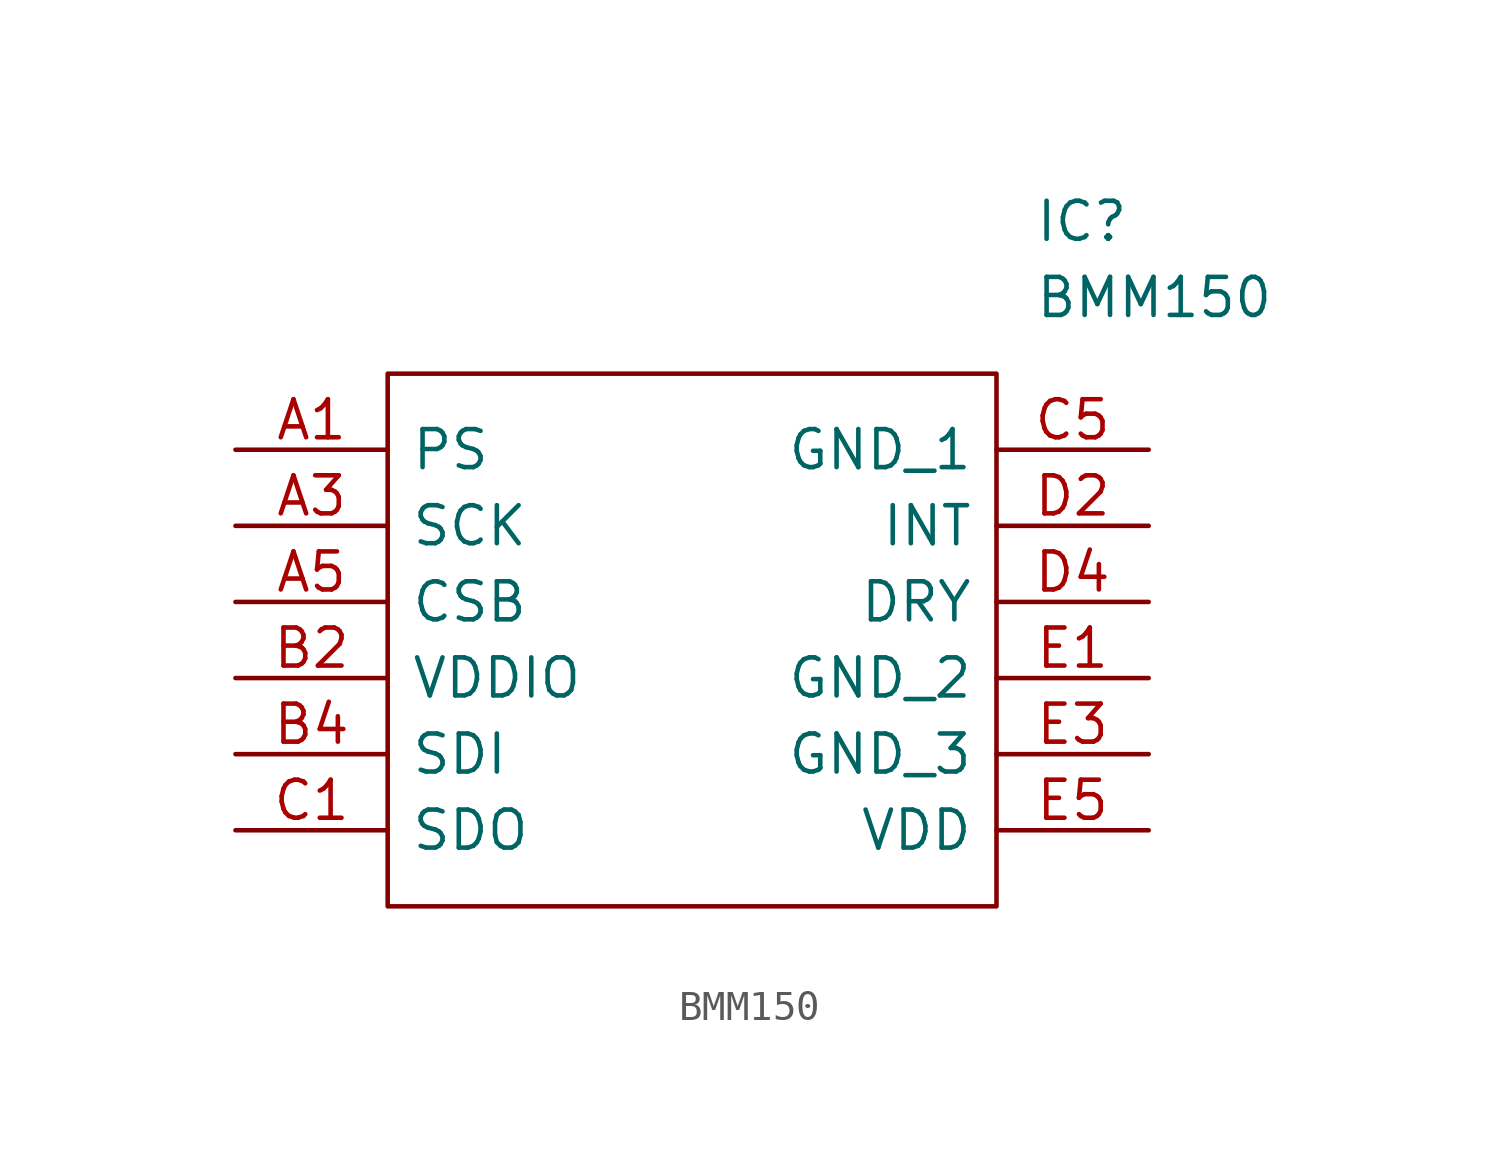
<source format=kicad_sym>
(kicad_symbol_lib
  (version 20211014)
  (generator kicad_symbol_editor)
  (symbol "BMM150"
    (pin_names
      (offset 0.762))
    (property "Reference" "IC"
      (at 26.67 7.62 0)
      (effects (font (size 1.27 1.27)) (justify left)))
    (property "Value" "BMM150"
      (at 26.67 5.08 0)
      (effects (font (size 1.27 1.27)) (justify left)))
    (symbol "BMM150_0_0"
      (pin passive line (at 0 0 0) (length 5.08) (name "PS" (effects (font (size 1.27 1.27)))) (number "A1" (effects (font (size 1.27 1.27)))))
      (pin passive line (at 0 -2.54 0) (length 5.08) (name "SCK" (effects (font (size 1.27 1.27)))) (number "A3" (effects (font (size 1.27 1.27)))))
      (pin passive line (at 0 -5.08 0) (length 5.08) (name "CSB" (effects (font (size 1.27 1.27)))) (number "A5" (effects (font (size 1.27 1.27)))))
      (pin passive line (at 0 -7.62 0) (length 5.08) (name "VDDIO" (effects (font (size 1.27 1.27)))) (number "B2" (effects (font (size 1.27 1.27)))))
      (pin passive line (at 0 -10.16 0) (length 5.08) (name "SDI" (effects (font (size 1.27 1.27)))) (number "B4" (effects (font (size 1.27 1.27)))))
      (pin passive line (at 0 -12.7 0) (length 5.08) (name "SDO" (effects (font (size 1.27 1.27)))) (number "C1" (effects (font (size 1.27 1.27)))))
      (pin passive line (at 30.48 0 180) (length 5.08) (name "GND_1" (effects (font (size 1.27 1.27)))) (number "C5" (effects (font (size 1.27 1.27)))))
      (pin passive line (at 30.48 -2.54 180) (length 5.08) (name "INT" (effects (font (size 1.27 1.27)))) (number "D2" (effects (font (size 1.27 1.27)))))
      (pin passive line (at 30.48 -5.08 180) (length 5.08) (name "DRY" (effects (font (size 1.27 1.27)))) (number "D4" (effects (font (size 1.27 1.27)))))
      (pin passive line (at 30.48 -7.62 180) (length 5.08) (name "GND_2" (effects (font (size 1.27 1.27)))) (number "E1" (effects (font (size 1.27 1.27)))))
      (pin passive line (at 30.48 -10.16 180) (length 5.08) (name "GND_3" (effects (font (size 1.27 1.27)))) (number "E3" (effects (font (size 1.27 1.27)))))
      (pin passive line (at 30.48 -12.7 180) (length 5.08) (name "VDD" (effects (font (size 1.27 1.27)))) (number "E5" (effects (font (size 1.27 1.27))))))
    (symbol "BMM150_0_1"
      (polyline (pts (xy 5.08 2.54) (xy 25.4 2.54) (xy 25.4 -15.24) (xy 5.08 -15.24) (xy 5.08 2.54)) (stroke (width 0.152) (type default) (color 0 0 0 0)) (fill (type none))))))
</source>
